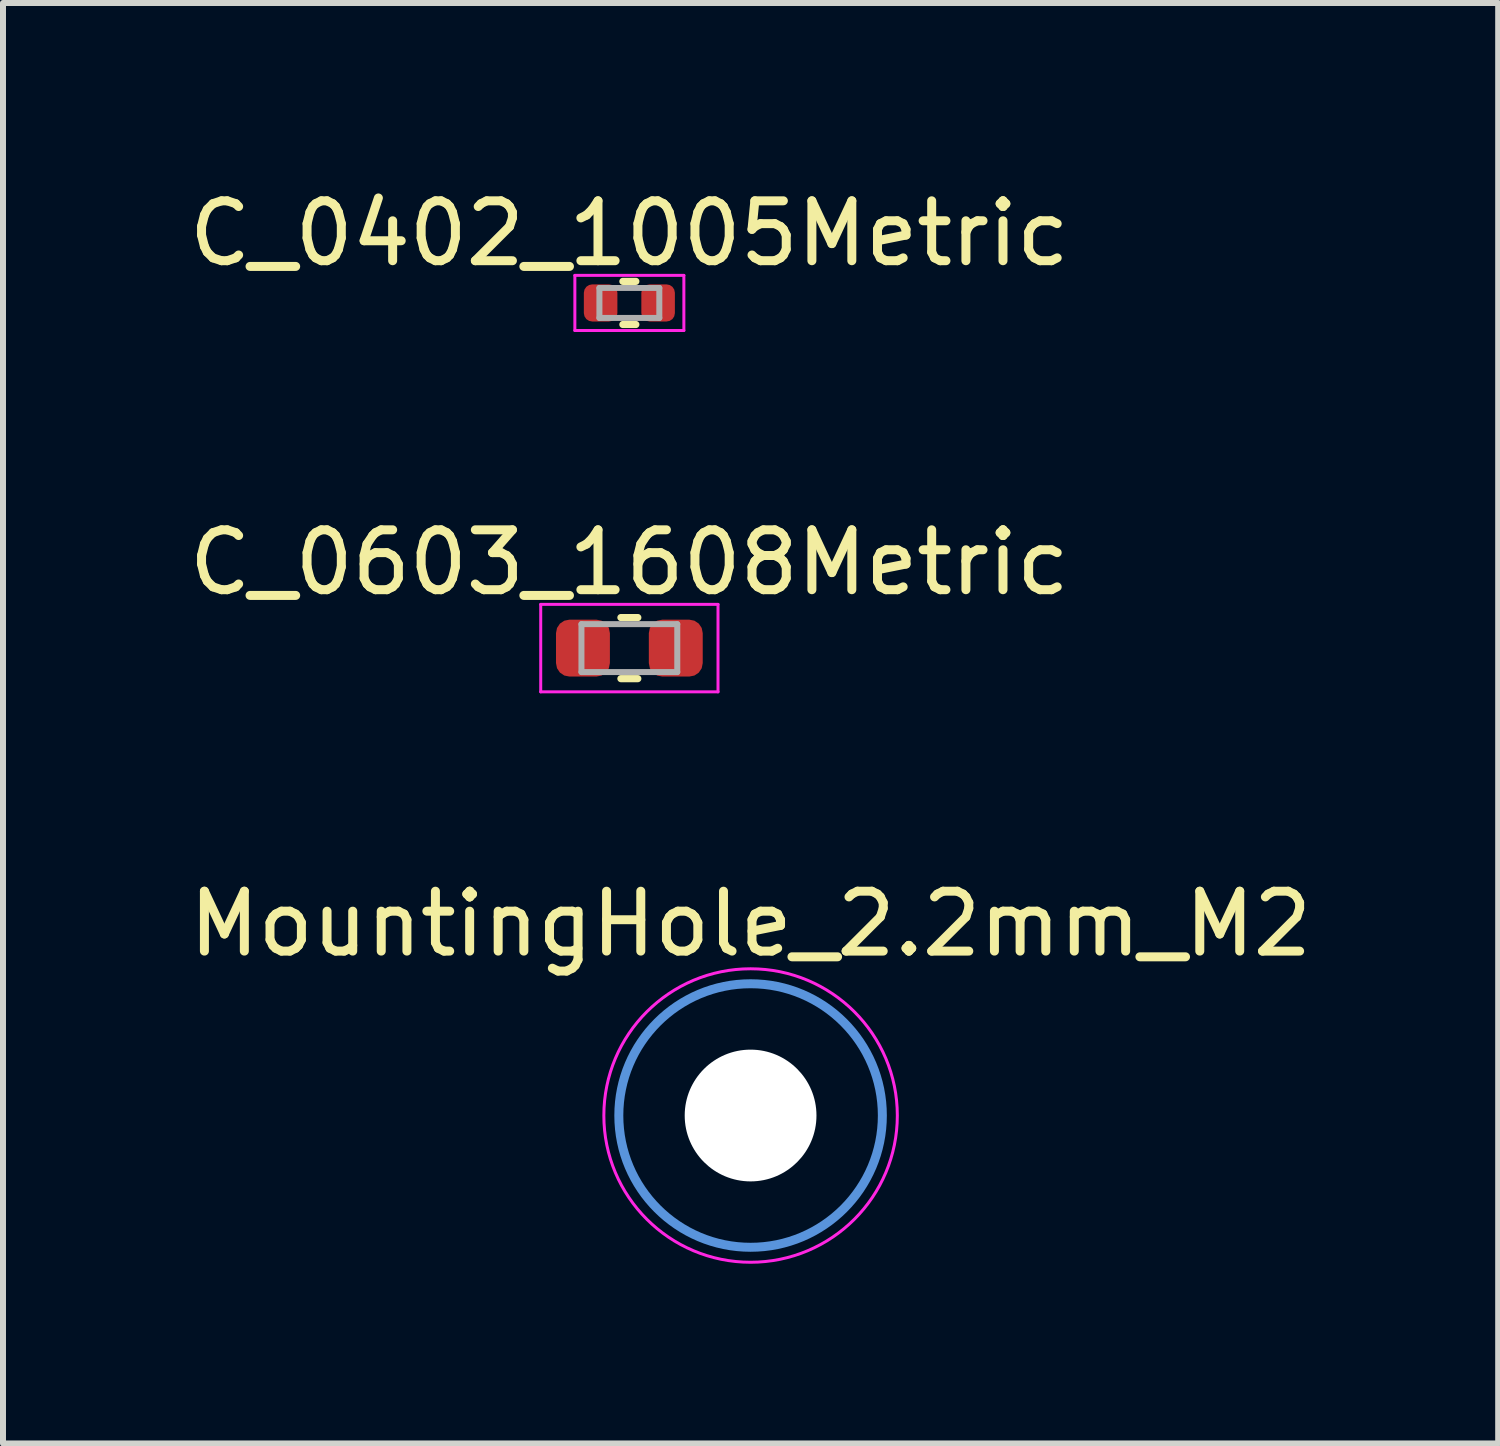
<source format=kicad_pcb>
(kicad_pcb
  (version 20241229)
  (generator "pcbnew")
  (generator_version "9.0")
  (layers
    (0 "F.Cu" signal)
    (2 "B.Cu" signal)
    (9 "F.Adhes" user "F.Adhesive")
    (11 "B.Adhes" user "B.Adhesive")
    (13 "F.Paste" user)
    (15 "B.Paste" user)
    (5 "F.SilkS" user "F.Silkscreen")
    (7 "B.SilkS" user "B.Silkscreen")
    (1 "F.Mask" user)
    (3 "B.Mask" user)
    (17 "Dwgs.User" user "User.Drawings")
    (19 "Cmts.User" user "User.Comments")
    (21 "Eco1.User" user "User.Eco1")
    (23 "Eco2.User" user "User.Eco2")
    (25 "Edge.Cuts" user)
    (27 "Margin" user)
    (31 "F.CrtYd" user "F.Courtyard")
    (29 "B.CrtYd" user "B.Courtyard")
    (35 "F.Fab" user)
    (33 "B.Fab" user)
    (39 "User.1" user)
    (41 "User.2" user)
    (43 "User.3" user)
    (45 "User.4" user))
  (footprint "C_0402_1005Metric"
    (layer "F.Cu")
    (at 7.458 2.008)
    (property "Reference" "C_0402_1005Metric" (at 0 -1.16 180) (layer "F.SilkS") (effects (font (size 1 1) (thickness 0.15))))
    (attr smd)
    (fp_line (start -0.108 -0.36) (end 0.108 -0.36) (stroke (width 0.12) (type solid)) (layer "F.SilkS"))
    (fp_line (start -0.108 0.36) (end 0.108 0.36) (stroke (width 0.12) (type solid)) (layer "F.SilkS"))
    (fp_line (start -0.91 -0.46) (end 0.91 -0.46) (stroke (width 0.05) (type solid)) (layer "F.CrtYd"))
    (fp_line (start -0.91 0.46) (end -0.91 -0.46) (stroke (width 0.05) (type solid)) (layer "F.CrtYd"))
    (fp_line (start 0.91 -0.46) (end 0.91 0.46) (stroke (width 0.05) (type solid)) (layer "F.CrtYd"))
    (fp_line (start 0.91 0.46) (end -0.91 0.46) (stroke (width 0.05) (type solid)) (layer "F.CrtYd"))
    (fp_line (start -0.5 -0.25) (end 0.5 -0.25) (stroke (width 0.1) (type solid)) (layer "F.Fab"))
    (fp_line (start -0.5 0.25) (end -0.5 -0.25) (stroke (width 0.1) (type solid)) (layer "F.Fab"))
    (fp_line (start 0.5 -0.25) (end 0.5 0.25) (stroke (width 0.1) (type solid)) (layer "F.Fab"))
    (fp_line (start 0.5 0.25) (end -0.5 0.25) (stroke (width 0.1) (type solid)) (layer "F.Fab"))
    (pad "1" smd roundrect (at -0.48 0) (size 0.56 0.62) (layers "F.Cu" "F.Mask" "F.Paste") (roundrect_rratio 0.25))
    (pad "2" smd roundrect (at 0.48 0) (size 0.56 0.62) (layers "F.Cu" "F.Mask" "F.Paste") (roundrect_rratio 0.25)))
  (footprint "MountingHole_2.2mm_M2"
    (layer "F.Cu")
    (at 9.482 15.575)
    (property "Reference" "MountingHole_2.2mm_M2" (at 0 -3.2 0) (layer "F.SilkS") (effects (font (size 1 1) (thickness 0.15))))
    (attr exclude_from_pos_files exclude_from_bom)
    (fp_circle (center 0 0) (end 2.2 0) (stroke (width 0.15) (type solid)) (fill no) (layer "Cmts.User"))
    (fp_circle (center 0 0) (end 2.45 0) (stroke (width 0.05) (type solid)) (fill no) (layer "F.CrtYd"))
    (pad "" np_thru_hole circle (at 0 0) (size 2.2 2.2) (drill 2.2) (layers "*.Cu" "*.Mask")))
  (footprint "C_0603_1608Metric"
    (layer "F.Cu")
    (at 7.458 7.771)
    (property "Reference" "C_0603_1608Metric" (at 0 -1.43 0) (layer "F.SilkS") (effects (font (size 1 1) (thickness 0.15))))
    (attr smd)
    (fp_line (start -0.141 -0.51) (end 0.141 -0.51) (stroke (width 0.12) (type solid)) (layer "F.SilkS"))
    (fp_line (start -0.141 0.51) (end 0.141 0.51) (stroke (width 0.12) (type solid)) (layer "F.SilkS"))
    (fp_line (start -1.48 -0.73) (end 1.48 -0.73) (stroke (width 0.05) (type solid)) (layer "F.CrtYd"))
    (fp_line (start -1.48 0.73) (end -1.48 -0.73) (stroke (width 0.05) (type solid)) (layer "F.CrtYd"))
    (fp_line (start 1.48 -0.73) (end 1.48 0.73) (stroke (width 0.05) (type solid)) (layer "F.CrtYd"))
    (fp_line (start 1.48 0.73) (end -1.48 0.73) (stroke (width 0.05) (type solid)) (layer "F.CrtYd"))
    (fp_line (start -0.8 -0.4) (end 0.8 -0.4) (stroke (width 0.1) (type solid)) (layer "F.Fab"))
    (fp_line (start -0.8 0.4) (end -0.8 -0.4) (stroke (width 0.1) (type solid)) (layer "F.Fab"))
    (fp_line (start 0.8 -0.4) (end 0.8 0.4) (stroke (width 0.1) (type solid)) (layer "F.Fab"))
    (fp_line (start 0.8 0.4) (end -0.8 0.4) (stroke (width 0.1) (type solid)) (layer "F.Fab"))
    (pad "1" smd roundrect (at -0.775 0) (size 0.9 0.95) (layers "F.Cu" "F.Mask" "F.Paste") (roundrect_rratio 0.25))
    (pad "2" smd roundrect (at 0.775 0) (size 0.9 0.95) (layers "F.Cu" "F.Mask" "F.Paste") (roundrect_rratio 0.25)))
  (gr_rect
    (start -3 -3)
    (end 21.964 21.05)
    (stroke (width 0.1) (type default))
    (fill no)
    (layer "Edge.Cuts")))
</source>
